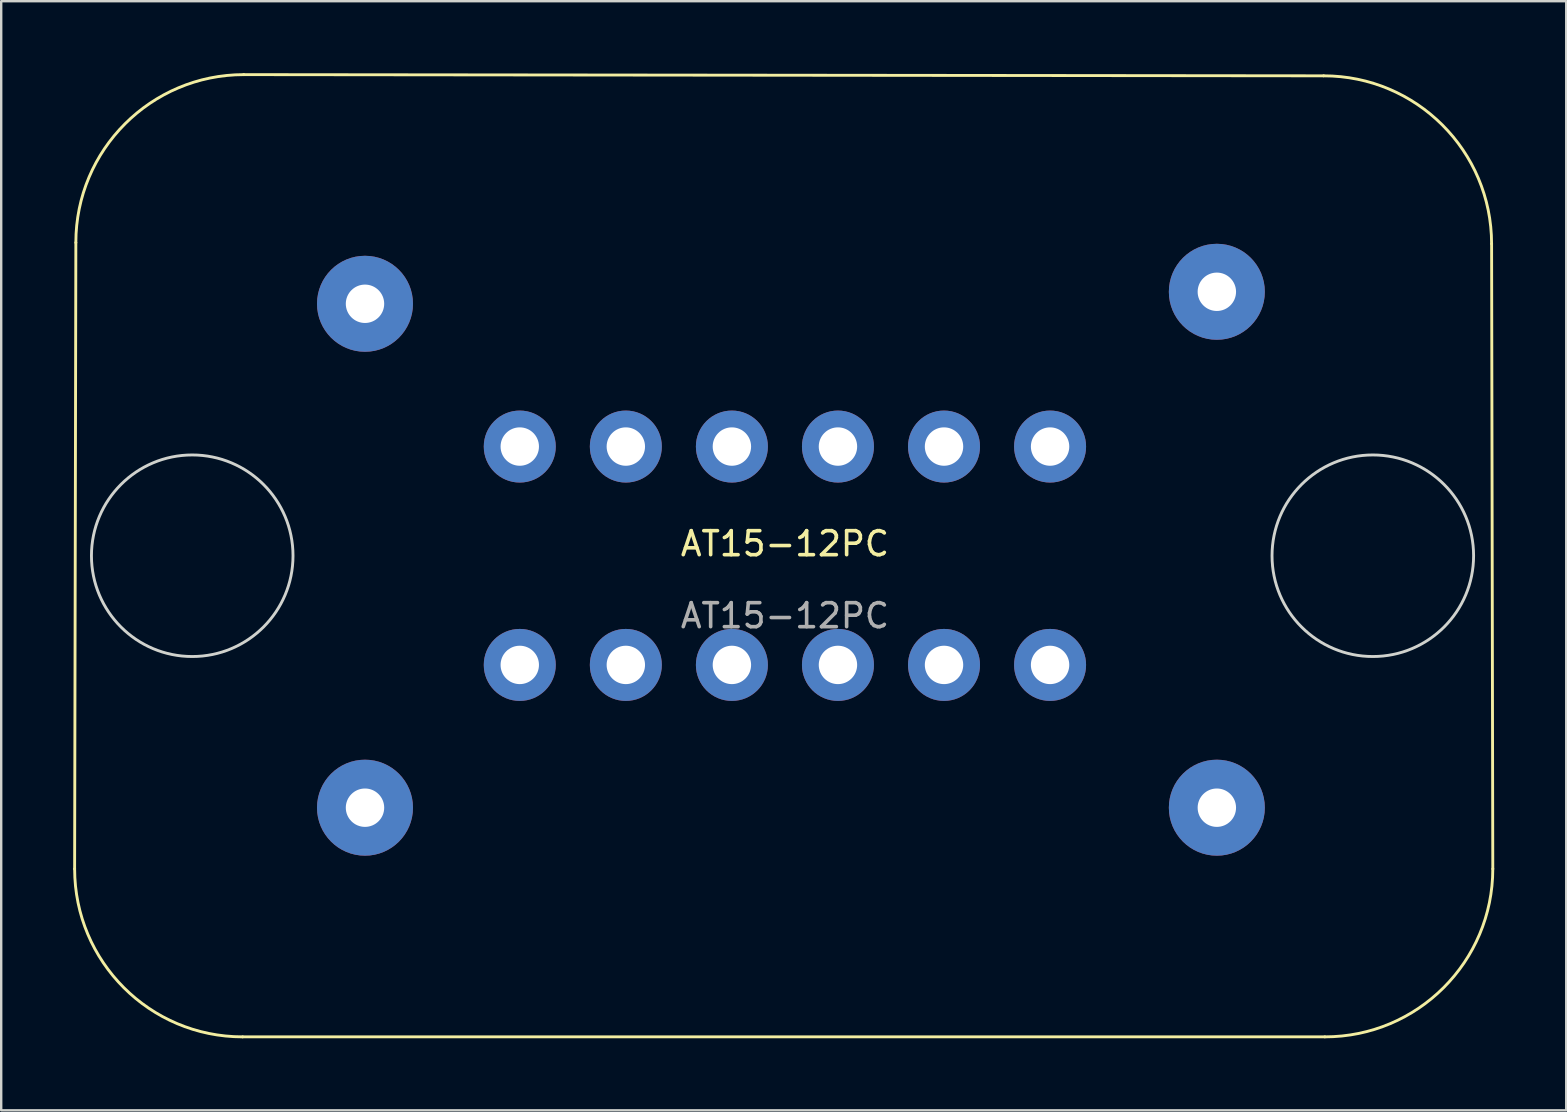
<source format=kicad_pcb>
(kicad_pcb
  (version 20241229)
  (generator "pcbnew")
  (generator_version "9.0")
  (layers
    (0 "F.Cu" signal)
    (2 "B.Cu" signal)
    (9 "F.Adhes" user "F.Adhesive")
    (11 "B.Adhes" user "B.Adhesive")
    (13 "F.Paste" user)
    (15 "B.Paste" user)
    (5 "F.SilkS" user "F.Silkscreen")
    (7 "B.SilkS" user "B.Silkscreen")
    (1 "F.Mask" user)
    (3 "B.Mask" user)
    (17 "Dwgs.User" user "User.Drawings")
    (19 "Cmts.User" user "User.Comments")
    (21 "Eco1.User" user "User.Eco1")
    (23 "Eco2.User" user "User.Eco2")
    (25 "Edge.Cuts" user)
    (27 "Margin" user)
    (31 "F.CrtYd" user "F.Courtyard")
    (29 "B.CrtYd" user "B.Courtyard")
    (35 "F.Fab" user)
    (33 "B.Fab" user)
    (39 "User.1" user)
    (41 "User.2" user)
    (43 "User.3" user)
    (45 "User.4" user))
  (footprint "AT15-12PC"
    (layer "F.Cu")
    (at 29.661 20.11)
    (property "Reference" "AT15-12PC" (at 0 -0.5 0) (unlocked yes) (layer "F.SilkS") (effects (font (size 1 1) (thickness 0.15))))
    (attr through_hole)
    (fp_line (start -29.55 -13.05) (end -29.601 13.05) (stroke (width 0.12) (type solid)) (layer "F.SilkS"))
    (fp_line (start -22.55 -20.05) (end 22.45 -20) (stroke (width 0.12) (type solid)) (layer "F.SilkS"))
    (fp_line (start 22.5 20.05) (end -22.601 20.05) (stroke (width 0.12) (type solid)) (layer "F.SilkS"))
    (fp_line (start 29.45 -13) (end 29.5 13.05) (stroke (width 0.12) (type solid)) (layer "F.SilkS"))
    (fp_arc (start -29.550253 -13.050253) (mid -27.5 -18) (end -22.550253 -20.050253) (stroke (width 0.12) (type solid)) (layer "F.SilkS"))
    (fp_arc (start -22.600506 20.050253) (mid -27.550253 18) (end -29.600506 13.050253) (stroke (width 0.12) (type solid)) (layer "F.SilkS"))
    (fp_arc (start 22.449747 -20) (mid 27.399494 -17.949747) (end 29.449747 -13) (stroke (width 0.12) (type solid)) (layer "F.SilkS"))
    (fp_arc (start 29.5 13.050253) (mid 27.449747 18) (end 22.5 20.050253) (stroke (width 0.12) (type solid)) (layer "F.SilkS"))
    (fp_circle (center -24.7 0) (end -20.5 0) (stroke (width 0.12) (type solid)) (fill no) (layer "Edge.Cuts"))
    (fp_circle (center 24.5 0) (end 28.7 0) (stroke (width 0.12) (type solid)) (fill no) (layer "Edge.Cuts"))
    (fp_text user "${REFERENCE}" (at 0 2.5 0) (unlocked yes) (layer "F.Fab") (effects (font (size 1 1) (thickness 0.15))))
    (pad "1" thru_hole circle (at -11.05 -4.55) (size 3 3) (drill 1.6) (layers "*.Cu" "*.Mask"))
    (pad "2" thru_hole circle (at -6.63 -4.55) (size 3 3) (drill 1.6) (layers "*.Cu" "*.Mask"))
    (pad "3" thru_hole circle (at -2.21 -4.55) (size 3 3) (drill 1.6) (layers "*.Cu" "*.Mask"))
    (pad "4" thru_hole circle (at 2.21 -4.55) (size 3 3) (drill 1.6) (layers "*.Cu" "*.Mask"))
    (pad "5" thru_hole circle (at 6.63 -4.55) (size 3 3) (drill 1.6) (layers "*.Cu" "*.Mask"))
    (pad "6" thru_hole circle (at 11.05 -4.55) (size 3 3) (drill 1.6) (layers "*.Cu" "*.Mask"))
    (pad "7" thru_hole circle (at -11.05 4.55) (size 3 3) (drill 1.6) (layers "*.Cu" "*.Mask"))
    (pad "8" thru_hole circle (at -6.63 4.55) (size 3 3) (drill 1.6) (layers "*.Cu" "*.Mask"))
    (pad "9" thru_hole circle (at -2.21 4.55) (size 3 3) (drill 1.6) (layers "*.Cu" "*.Mask"))
    (pad "10" thru_hole circle (at 2.21 4.55) (size 3 3) (drill 1.6) (layers "*.Cu" "*.Mask"))
    (pad "11" thru_hole circle (at 6.63 4.55) (size 3 3) (drill 1.6) (layers "*.Cu" "*.Mask"))
    (pad "12" thru_hole circle (at 11.05 4.55) (size 3 3) (drill 1.6) (layers "*.Cu" "*.Mask"))
    (pad "13" thru_hole circle (at -17.5 -10.5) (size 4 4) (drill 1.6) (layers "*.Cu" "*.Mask"))
    (pad "14" thru_hole circle (at -17.5 10.5) (size 4 4) (drill 1.6) (layers "*.Cu" "*.Mask"))
    (pad "15" thru_hole circle (at 18 -11) (size 4 4) (drill 1.6) (layers "*.Cu" "*.Mask"))
    (pad "16" thru_hole circle (at 18 10.5) (size 4 4) (drill 1.6) (layers "*.Cu" "*.Mask")))
  (gr_rect
    (start -3 -3)
    (end 62.221 43.221)
    (stroke (width 0.1) (type default))
    (fill no)
    (layer "Edge.Cuts")))
</source>
